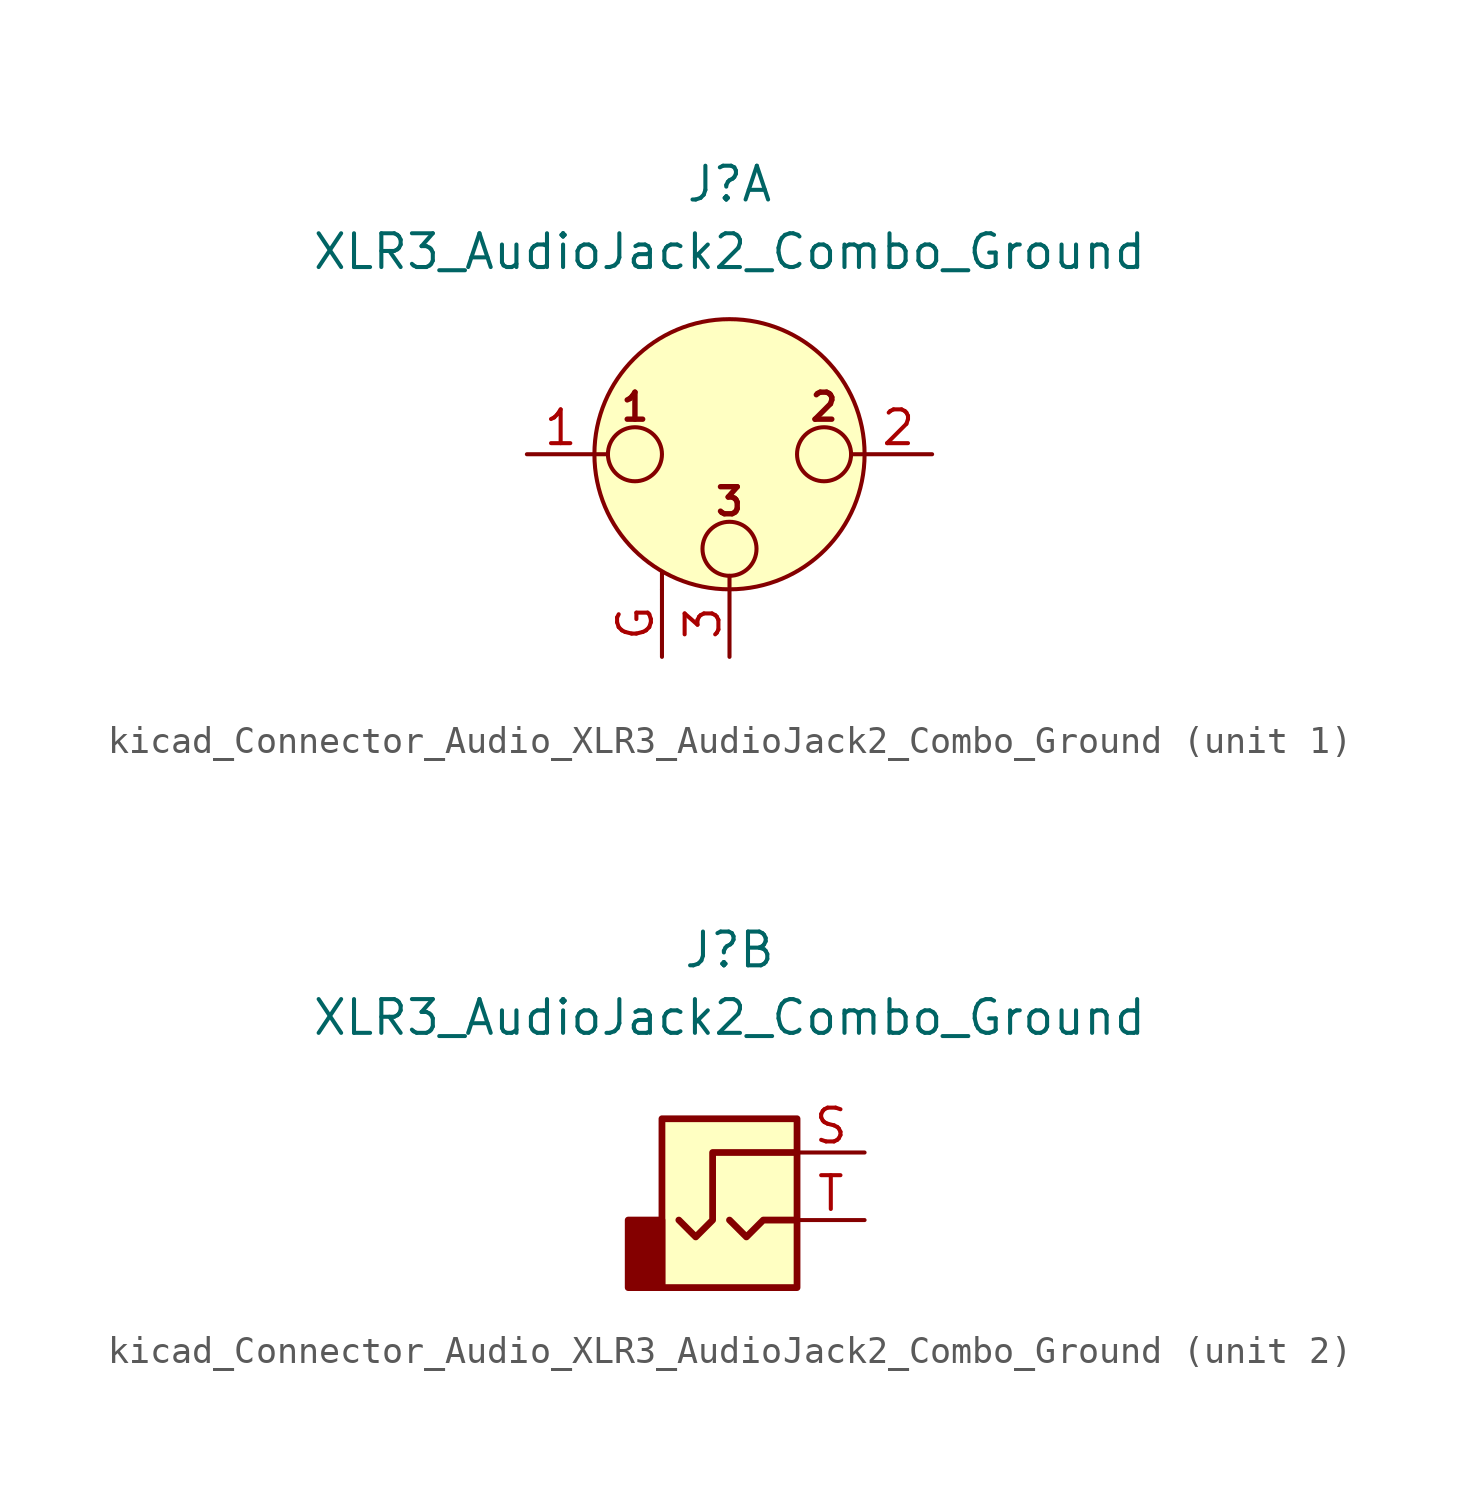
<source format=kicad_sym>
(kicad_symbol_lib
  (version 20220914)
  (generator kicad_symbol_editor)
  (symbol "kicad_Connector_Audio_XLR3_AudioJack2_Combo_Ground"
    (pin_names hide)
    (property "Reference" "J"
      (at 0 10.16 0)
      (effects (font (size 1.27 1.27))))
    (property "Value" "XLR3_AudioJack2_Combo_Ground"
      (at 0 7.62 0)
      (effects (font (size 1.27 1.27))))
    (symbol "kicad_Connector_Audio_XLR3_AudioJack2_Combo_Ground_1_1"
      (circle (center -3.556 0) (radius 1.016) (stroke (width 0) (type default)) (fill (type none)))
      (circle (center 0 -3.556) (radius 1.016) (stroke (width 0) (type default)) (fill (type none)))
      (polyline (pts (xy -5.08 0) (xy -4.572 0)) (stroke (width 0) (type default)) (fill (type none)))
      (polyline (pts (xy -2.54 -5.08) (xy -2.54 -4.445)) (stroke (width 0) (type default)) (fill (type none)))
      (polyline (pts (xy 0 -5.08) (xy 0 -4.572)) (stroke (width 0) (type default)) (fill (type none)))
      (polyline (pts (xy 5.08 0) (xy 4.572 0)) (stroke (width 0) (type default)) (fill (type none)))
      (circle (center 0 0) (radius 5.08) (stroke (width 0) (type default)) (fill (type background)))
      (circle (center 3.556 0) (radius 1.016) (stroke (width 0) (type default)) (fill (type none)))
      (text "1" (at -3.556 1.778 0) (effects (font (size 1.016 1.016) bold)))
      (text "2" (at 3.556 1.778 0) (effects (font (size 1.016 1.016) bold)))
      (text "3" (at 0 -1.778 0) (effects (font (size 1.016 1.016) bold)))
      (pin passive line (at -7.62 0 0) (length 2.54) (name "~" (effects (font (size 1.27 1.27)))) (number "1" (effects (font (size 1.27 1.27)))))
      (pin passive line (at 7.62 0 180) (length 2.54) (name "~" (effects (font (size 1.27 1.27)))) (number "2" (effects (font (size 1.27 1.27)))))
      (pin passive line (at 0 -7.62 90) (length 2.54) (name "~" (effects (font (size 1.27 1.27)))) (number "3" (effects (font (size 1.27 1.27)))))
      (pin passive line (at -2.54 -7.62 90) (length 2.54) (name "~" (effects (font (size 1.27 1.27)))) (number "G" (effects (font (size 1.27 1.27))))))
    (symbol "kicad_Connector_Audio_XLR3_AudioJack2_Combo_Ground_2_1"
      (rectangle (start -2.54 0) (end -3.81 -2.54) (stroke (width 0.254) (type default)) (fill (type outline)))
      (polyline (pts (xy 0 0) (xy 0.635 -0.635) (xy 1.27 0) (xy 2.54 0)) (stroke (width 0.254) (type default)) (fill (type none)))
      (polyline (pts (xy 2.54 2.54) (xy -0.635 2.54) (xy -0.635 0) (xy -1.27 -0.635) (xy -1.905 0)) (stroke (width 0.254) (type default)) (fill (type none)))
      (rectangle (start 2.54 3.81) (end -2.54 -2.54) (stroke (width 0.254) (type default)) (fill (type background)))
      (pin passive line (at 5.08 2.54 180) (length 2.54) (name "~" (effects (font (size 1.27 1.27)))) (number "S" (effects (font (size 1.27 1.27)))))
      (pin passive line (at 5.08 0 180) (length 2.54) (name "~" (effects (font (size 1.27 1.27)))) (number "T" (effects (font (size 1.27 1.27))))))))
</source>
